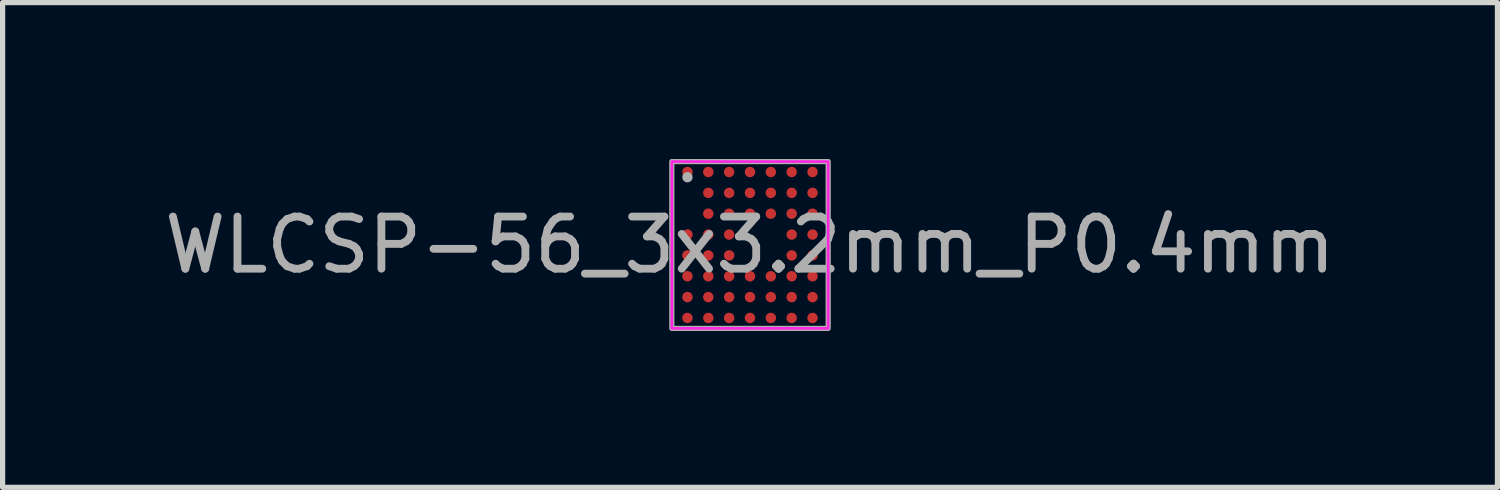
<source format=kicad_pcb>
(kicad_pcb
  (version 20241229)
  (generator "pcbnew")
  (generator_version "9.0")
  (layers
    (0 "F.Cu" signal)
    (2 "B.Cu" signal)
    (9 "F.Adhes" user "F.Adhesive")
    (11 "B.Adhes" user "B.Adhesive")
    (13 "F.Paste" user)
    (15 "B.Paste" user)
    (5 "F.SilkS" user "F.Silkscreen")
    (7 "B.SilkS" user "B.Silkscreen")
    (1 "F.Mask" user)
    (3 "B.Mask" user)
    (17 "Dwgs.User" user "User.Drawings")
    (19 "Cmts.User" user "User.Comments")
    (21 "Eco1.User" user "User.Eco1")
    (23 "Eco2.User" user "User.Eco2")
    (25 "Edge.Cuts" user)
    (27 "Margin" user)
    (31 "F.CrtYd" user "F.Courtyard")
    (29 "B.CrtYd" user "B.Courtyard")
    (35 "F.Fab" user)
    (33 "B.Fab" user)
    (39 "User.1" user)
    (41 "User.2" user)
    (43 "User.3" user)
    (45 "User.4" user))
  (footprint "WLCSP-56_3x3.2mm_P0.4mm"
    (layer "F.Cu")
    (at 11.339 1.65)
    (property "Reference" "WLCSP-56_3x3.2mm_P0.4mm" (at 0 0 0) (unlocked yes) (layer "F.SilkS") (effects (font (size 1 1) (thickness 0.1))))
    (attr smd)
    (fp_rect (start -1.5 -1.6) (end 1.5 1.6) (stroke (width 0.05) (type default)) (fill no) (layer "F.CrtYd"))
    (fp_rect (start -1.5 -1.6) (end 1.5 1.6) (stroke (width 0.1) (type default)) (fill no) (layer "F.Fab"))
    (fp_circle (center -1.2 -1.3) (end -1.15 -1.3) (stroke (width 0.1) (type default)) (fill no) (layer "F.Fab"))
    (fp_text user "${REFERENCE}" (at 0 0 0) (unlocked yes) (layer "F.Fab") (effects (font (size 1 1) (thickness 0.15))))
    (pad "A1" smd circle (at -1.2 -1.4) (size 0.2 0.2) (layers "F.Cu" "F.Mask" "F.Paste"))
    (pad "A2" smd circle (at -0.8 -1.4) (size 0.2 0.2) (layers "F.Cu" "F.Mask" "F.Paste"))
    (pad "A3" smd circle (at -0.4 -1.4) (size 0.2 0.2) (layers "F.Cu" "F.Mask" "F.Paste"))
    (pad "A4" smd circle (at 0 -1.4) (size 0.2 0.2) (layers "F.Cu" "F.Mask" "F.Paste"))
    (pad "A5" smd circle (at 0.4 -1.4) (size 0.2 0.2) (layers "F.Cu" "F.Mask" "F.Paste"))
    (pad "A6" smd circle (at 0.8 -1.4) (size 0.2 0.2) (layers "F.Cu" "F.Mask" "F.Paste"))
    (pad "A7" smd circle (at 1.2 -1.4) (size 0.2 0.2) (layers "F.Cu" "F.Mask" "F.Paste"))
    (pad "B2" smd circle (at -0.8 -1) (size 0.2 0.2) (layers "F.Cu" "F.Mask" "F.Paste"))
    (pad "B3" smd circle (at -0.4 -1) (size 0.2 0.2) (layers "F.Cu" "F.Mask" "F.Paste"))
    (pad "B4" smd circle (at 0 -1) (size 0.2 0.2) (layers "F.Cu" "F.Mask" "F.Paste"))
    (pad "B5" smd circle (at 0.4 -1) (size 0.2 0.2) (layers "F.Cu" "F.Mask" "F.Paste"))
    (pad "B6" smd circle (at 0.8 -1) (size 0.2 0.2) (layers "F.Cu" "F.Mask" "F.Paste"))
    (pad "B7" smd circle (at 1.2 -1) (size 0.2 0.2) (layers "F.Cu" "F.Mask" "F.Paste"))
    (pad "C2" smd circle (at -0.8 -0.6) (size 0.2 0.2) (layers "F.Cu" "F.Mask" "F.Paste"))
    (pad "C3" smd circle (at -0.4 -0.6) (size 0.2 0.2) (layers "F.Cu" "F.Mask" "F.Paste"))
    (pad "C4" smd circle (at 0 -0.6) (size 0.2 0.2) (layers "F.Cu" "F.Mask" "F.Paste"))
    (pad "C5" smd circle (at 0.4 -0.6) (size 0.2 0.2) (layers "F.Cu" "F.Mask" "F.Paste"))
    (pad "C6" smd circle (at 0.8 -0.6) (size 0.2 0.2) (layers "F.Cu" "F.Mask" "F.Paste"))
    (pad "C7" smd circle (at 1.2 -0.6) (size 0.2 0.2) (layers "F.Cu" "F.Mask" "F.Paste"))
    (pad "D1" smd circle (at -1.2 -0.2) (size 0.2 0.2) (layers "F.Cu" "F.Mask" "F.Paste"))
    (pad "D2" smd circle (at -0.8 -0.2) (size 0.2 0.2) (layers "F.Cu" "F.Mask" "F.Paste"))
    (pad "D3" smd circle (at -0.4 -0.2) (size 0.2 0.2) (layers "F.Cu" "F.Mask" "F.Paste"))
    (pad "D6" smd circle (at 0.8 -0.2) (size 0.2 0.2) (layers "F.Cu" "F.Mask" "F.Paste"))
    (pad "D7" smd circle (at 1.2 -0.2) (size 0.2 0.2) (layers "F.Cu" "F.Mask" "F.Paste"))
    (pad "E1" smd circle (at -1.2 0.2) (size 0.2 0.2) (layers "F.Cu" "F.Mask" "F.Paste"))
    (pad "E2" smd circle (at -0.8 0.2) (size 0.2 0.2) (layers "F.Cu" "F.Mask" "F.Paste"))
    (pad "E3" smd circle (at -0.4 0.2) (size 0.2 0.2) (layers "F.Cu" "F.Mask" "F.Paste"))
    (pad "E6" smd circle (at 0.8 0.2) (size 0.2 0.2) (layers "F.Cu" "F.Mask" "F.Paste"))
    (pad "E7" smd circle (at 1.2 0.2) (size 0.2 0.2) (layers "F.Cu" "F.Mask" "F.Paste"))
    (pad "F1" smd circle (at -1.2 0.6) (size 0.2 0.2) (layers "F.Cu" "F.Mask" "F.Paste"))
    (pad "F2" smd circle (at -0.8 0.6) (size 0.2 0.2) (layers "F.Cu" "F.Mask" "F.Paste"))
    (pad "F3" smd circle (at -0.4 0.6) (size 0.2 0.2) (layers "F.Cu" "F.Mask" "F.Paste"))
    (pad "F4" smd circle (at 0 0.6) (size 0.2 0.2) (layers "F.Cu" "F.Mask" "F.Paste"))
    (pad "F5" smd circle (at 0.4 0.6) (size 0.2 0.2) (layers "F.Cu" "F.Mask" "F.Paste"))
    (pad "F6" smd circle (at 0.8 0.6) (size 0.2 0.2) (layers "F.Cu" "F.Mask" "F.Paste"))
    (pad "F7" smd circle (at 1.2 0.6) (size 0.2 0.2) (layers "F.Cu" "F.Mask" "F.Paste"))
    (pad "G1" smd circle (at -1.2 1) (size 0.2 0.2) (layers "F.Cu" "F.Mask" "F.Paste"))
    (pad "G2" smd circle (at -0.8 1) (size 0.2 0.2) (layers "F.Cu" "F.Mask" "F.Paste"))
    (pad "G3" smd circle (at -0.4 1) (size 0.2 0.2) (layers "F.Cu" "F.Mask" "F.Paste"))
    (pad "G4" smd circle (at 0 1) (size 0.2 0.2) (layers "F.Cu" "F.Mask" "F.Paste"))
    (pad "G5" smd circle (at 0.4 1) (size 0.2 0.2) (layers "F.Cu" "F.Mask" "F.Paste"))
    (pad "G6" smd circle (at 0.8 1) (size 0.2 0.2) (layers "F.Cu" "F.Mask" "F.Paste"))
    (pad "G7" smd circle (at 1.2 1) (size 0.2 0.2) (layers "F.Cu" "F.Mask" "F.Paste"))
    (pad "H1" smd circle (at -1.2 1.4) (size 0.2 0.2) (layers "F.Cu" "F.Mask" "F.Paste"))
    (pad "H2" smd circle (at -0.8 1.4) (size 0.2 0.2) (layers "F.Cu" "F.Mask" "F.Paste"))
    (pad "H3" smd circle (at -0.4 1.4) (size 0.2 0.2) (layers "F.Cu" "F.Mask" "F.Paste"))
    (pad "H4" smd circle (at 0 1.4) (size 0.2 0.2) (layers "F.Cu" "F.Mask" "F.Paste"))
    (pad "H5" smd circle (at 0.4 1.4) (size 0.2 0.2) (layers "F.Cu" "F.Mask" "F.Paste"))
    (pad "H6" smd circle (at 0.8 1.4) (size 0.2 0.2) (layers "F.Cu" "F.Mask" "F.Paste"))
    (pad "H7" smd circle (at 1.2 1.4) (size 0.2 0.2) (layers "F.Cu" "F.Mask" "F.Paste")))
  (gr_rect
    (start -3 -3)
    (end 25.679 6.3)
    (stroke (width 0.1) (type default))
    (fill no)
    (layer "Edge.Cuts")))
</source>
